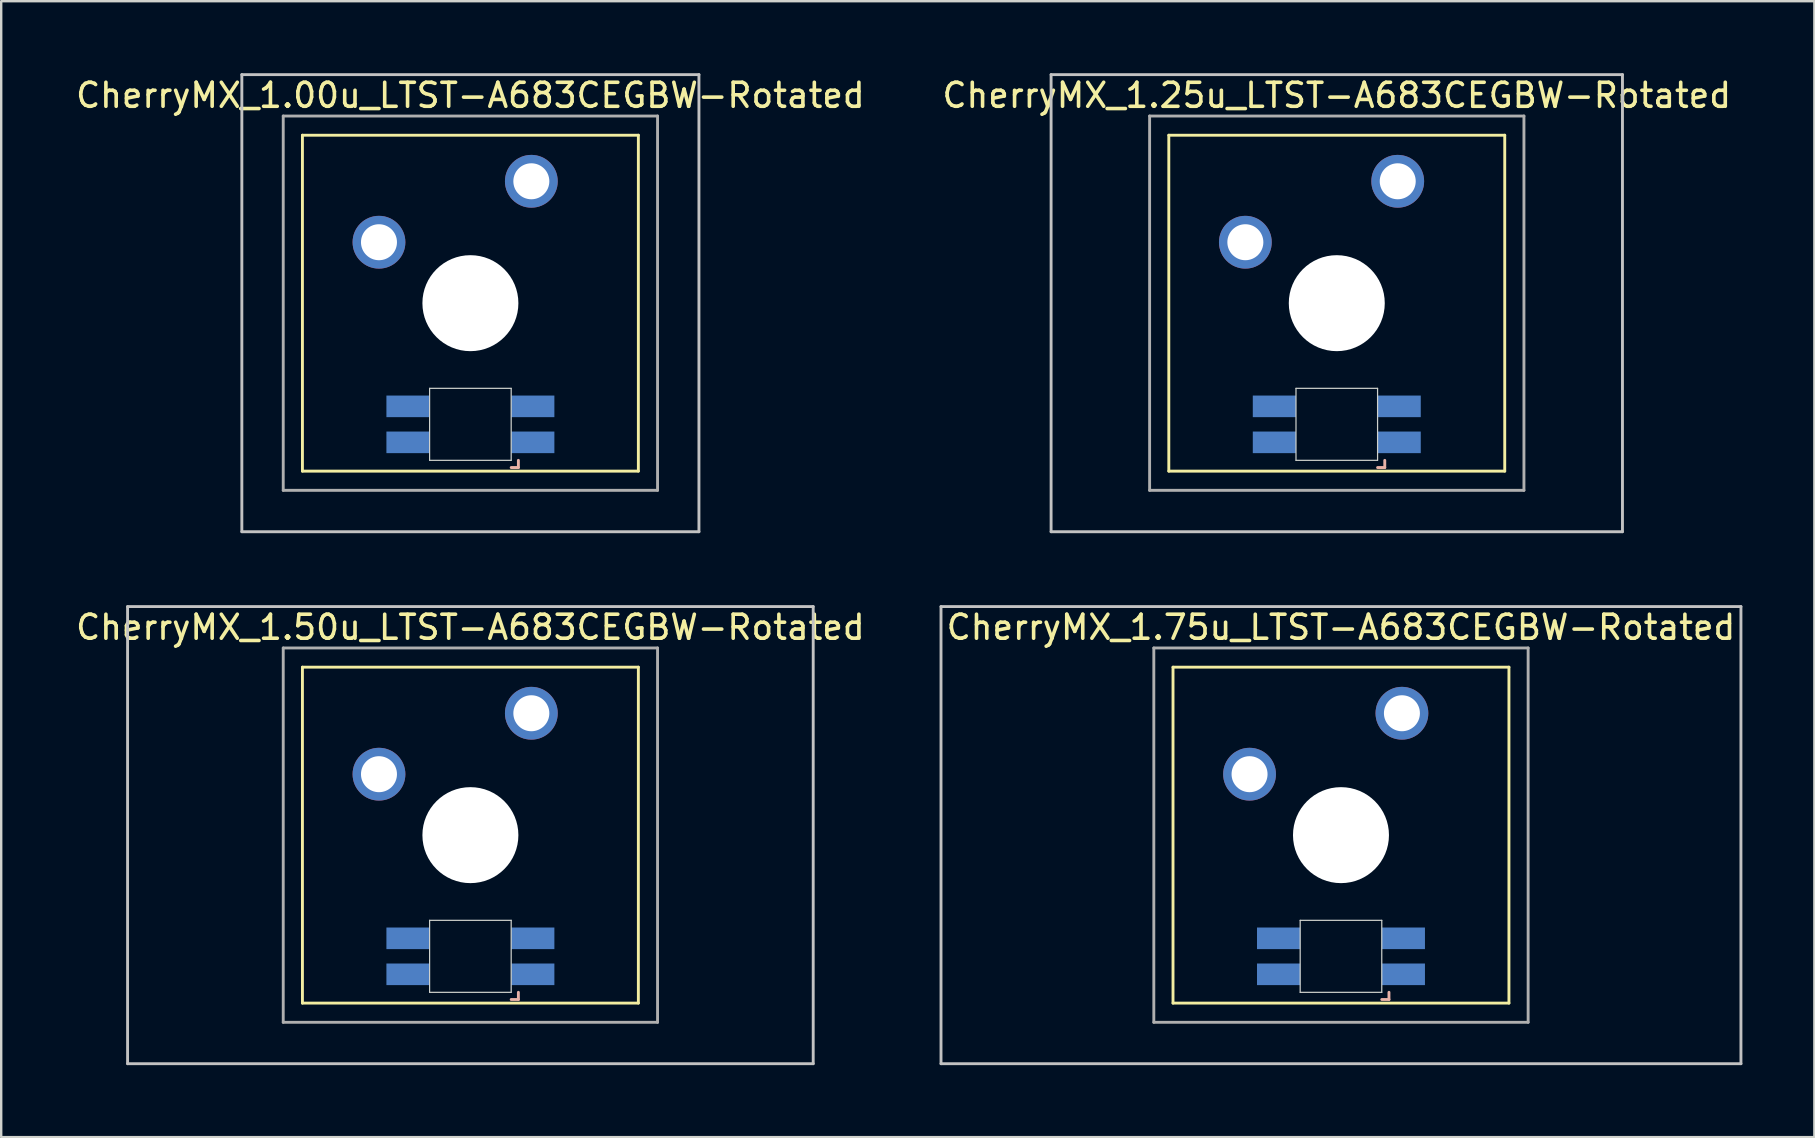
<source format=kicad_pcb>
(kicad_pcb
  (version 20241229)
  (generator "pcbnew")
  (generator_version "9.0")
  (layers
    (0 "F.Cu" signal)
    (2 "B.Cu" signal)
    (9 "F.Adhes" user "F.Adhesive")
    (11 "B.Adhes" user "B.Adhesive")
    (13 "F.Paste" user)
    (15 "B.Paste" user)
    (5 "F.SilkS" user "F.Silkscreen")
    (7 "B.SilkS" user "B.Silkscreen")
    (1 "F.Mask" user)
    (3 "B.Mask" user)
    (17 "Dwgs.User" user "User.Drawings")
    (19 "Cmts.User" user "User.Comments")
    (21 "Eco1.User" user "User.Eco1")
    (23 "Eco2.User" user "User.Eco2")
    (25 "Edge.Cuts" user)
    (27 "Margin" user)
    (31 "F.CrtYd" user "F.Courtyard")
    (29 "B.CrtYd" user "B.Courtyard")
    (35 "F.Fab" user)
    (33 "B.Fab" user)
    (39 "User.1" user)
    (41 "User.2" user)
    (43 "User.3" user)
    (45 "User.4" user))
  (footprint "CherryMX_1.50u_LTST-A683CEGBW-Rotated"
    (layer "F.Cu")
    (at 16.554 31.755)
    (property "Reference" "CherryMX_1.50u_LTST-A683CEGBW-Rotated" (at 0 -8.662 0) (layer "F.SilkS") (effects (font (size 1 1) (thickness 0.15))))
    (attr through_hole)
    (fp_line (start -7 -7) (end -7 7) (stroke (width 0.12) (type solid)) (layer "F.SilkS"))
    (fp_line (start -7 -7) (end 7 -7) (stroke (width 0.12) (type solid)) (layer "F.SilkS"))
    (fp_line (start 7 -7) (end 7 7) (stroke (width 0.12) (type solid)) (layer "F.SilkS"))
    (fp_line (start 7 7) (end -7 7) (stroke (width 0.12) (type solid)) (layer "F.SilkS"))
    (fp_line (start 1.7 6.85) (end 2 6.85) (stroke (width 0.12) (type solid)) (layer "B.SilkS"))
    (fp_line (start 2 6.85) (end 2 6.55) (stroke (width 0.12) (type solid)) (layer "B.SilkS"))
    (fp_line (start -14.287 -9.525) (end 14.287 -9.525) (stroke (width 0.12) (type solid)) (layer "Dwgs.User"))
    (fp_line (start -14.287 9.525) (end -14.287 -9.525) (stroke (width 0.12) (type solid)) (layer "Dwgs.User"))
    (fp_line (start 14.287 -9.525) (end 14.287 9.525) (stroke (width 0.12) (type solid)) (layer "Dwgs.User"))
    (fp_line (start 14.287 9.525) (end -14.287 9.525) (stroke (width 0.12) (type solid)) (layer "Dwgs.User"))
    (fp_line (start -1.7 3.55) (end 1.7 3.55) (stroke (width 0.05) (type solid)) (layer "Edge.Cuts"))
    (fp_line (start -1.7 6.55) (end -1.7 3.55) (stroke (width 0.05) (type solid)) (layer "Edge.Cuts"))
    (fp_line (start 1.7 3.55) (end 1.7 6.55) (stroke (width 0.05) (type solid)) (layer "Edge.Cuts"))
    (fp_line (start 1.7 6.55) (end -1.7 6.55) (stroke (width 0.05) (type solid)) (layer "Edge.Cuts"))
    (fp_line (start -7.8 -7.8) (end -7.8 7.8) (stroke (width 0.12) (type solid)) (layer "F.Fab"))
    (fp_line (start -7.8 -7.8) (end 7.8 -7.8) (stroke (width 0.12) (type solid)) (layer "F.Fab"))
    (fp_line (start -7.8 7.8) (end 7.8 7.8) (stroke (width 0.12) (type solid)) (layer "F.Fab"))
    (fp_line (start 7.8 -7.8) (end 7.8 7.8) (stroke (width 0.12) (type solid)) (layer "F.Fab"))
    (pad "" np_thru_hole circle (at 0 0) (size 4 4) (drill 4) (layers "*.Cu" "*.Mask"))
    (pad "1" thru_hole circle (at -3.81 -2.54) (size 2.2 2.2) (drill 1.5) (layers "*.Cu" "*.Mask"))
    (pad "2" thru_hole circle (at 2.54 -5.08) (size 2.2 2.2) (drill 1.5) (layers "*.Cu" "*.Mask"))
    (pad "3" smd rect (at 2.6 5.8) (size 1.8 0.9) (layers "B.Cu" "B.Mask" "B.Paste"))
    (pad "4" smd rect (at 2.6 4.3) (size 1.8 0.9) (layers "B.Cu" "B.Mask" "B.Paste"))
    (pad "5" smd rect (at -2.6 5.8) (size 1.8 0.9) (layers "B.Cu" "B.Mask" "B.Paste"))
    (pad "6" smd rect (at -2.6 4.3) (size 1.8 0.9) (layers "B.Cu" "B.Mask" "B.Paste")))
  (footprint "CherryMX_1.00u_LTST-A683CEGBW-Rotated"
    (layer "F.Cu")
    (at 16.554 9.585)
    (property "Reference" "CherryMX_1.00u_LTST-A683CEGBW-Rotated" (at 0 -8.662 0) (layer "F.SilkS") (effects (font (size 1 1) (thickness 0.15))))
    (attr through_hole)
    (fp_line (start -7 -7) (end -7 7) (stroke (width 0.12) (type solid)) (layer "F.SilkS"))
    (fp_line (start -7 -7) (end 7 -7) (stroke (width 0.12) (type solid)) (layer "F.SilkS"))
    (fp_line (start 7 -7) (end 7 7) (stroke (width 0.12) (type solid)) (layer "F.SilkS"))
    (fp_line (start 7 7) (end -7 7) (stroke (width 0.12) (type solid)) (layer "F.SilkS"))
    (fp_line (start 1.7 6.85) (end 2 6.85) (stroke (width 0.12) (type solid)) (layer "B.SilkS"))
    (fp_line (start 2 6.85) (end 2 6.55) (stroke (width 0.12) (type solid)) (layer "B.SilkS"))
    (fp_line (start -9.525 -9.525) (end 9.525 -9.525) (stroke (width 0.12) (type solid)) (layer "Dwgs.User"))
    (fp_line (start -9.525 9.525) (end -9.525 -9.525) (stroke (width 0.12) (type solid)) (layer "Dwgs.User"))
    (fp_line (start 9.525 -9.525) (end 9.525 9.525) (stroke (width 0.12) (type solid)) (layer "Dwgs.User"))
    (fp_line (start 9.525 9.525) (end -9.525 9.525) (stroke (width 0.12) (type solid)) (layer "Dwgs.User"))
    (fp_line (start -1.7 3.55) (end 1.7 3.55) (stroke (width 0.05) (type solid)) (layer "Edge.Cuts"))
    (fp_line (start -1.7 6.55) (end -1.7 3.55) (stroke (width 0.05) (type solid)) (layer "Edge.Cuts"))
    (fp_line (start 1.7 3.55) (end 1.7 6.55) (stroke (width 0.05) (type solid)) (layer "Edge.Cuts"))
    (fp_line (start 1.7 6.55) (end -1.7 6.55) (stroke (width 0.05) (type solid)) (layer "Edge.Cuts"))
    (fp_line (start -7.8 -7.8) (end -7.8 7.8) (stroke (width 0.12) (type solid)) (layer "F.Fab"))
    (fp_line (start -7.8 -7.8) (end 7.8 -7.8) (stroke (width 0.12) (type solid)) (layer "F.Fab"))
    (fp_line (start -7.8 7.8) (end 7.8 7.8) (stroke (width 0.12) (type solid)) (layer "F.Fab"))
    (fp_line (start 7.8 -7.8) (end 7.8 7.8) (stroke (width 0.12) (type solid)) (layer "F.Fab"))
    (pad "" np_thru_hole circle (at 0 0) (size 4 4) (drill 4) (layers "*.Cu" "*.Mask"))
    (pad "1" thru_hole circle (at -3.81 -2.54) (size 2.2 2.2) (drill 1.5) (layers "*.Cu" "*.Mask"))
    (pad "2" thru_hole circle (at 2.54 -5.08) (size 2.2 2.2) (drill 1.5) (layers "*.Cu" "*.Mask"))
    (pad "3" smd rect (at 2.6 5.8) (size 1.8 0.9) (layers "B.Cu" "B.Mask" "B.Paste"))
    (pad "4" smd rect (at 2.6 4.3) (size 1.8 0.9) (layers "B.Cu" "B.Mask" "B.Paste"))
    (pad "5" smd rect (at -2.6 5.8) (size 1.8 0.9) (layers "B.Cu" "B.Mask" "B.Paste"))
    (pad "6" smd rect (at -2.6 4.3) (size 1.8 0.9) (layers "B.Cu" "B.Mask" "B.Paste")))
  (footprint "CherryMX_1.75u_LTST-A683CEGBW-Rotated"
    (layer "F.Cu")
    (at 52.836 31.755)
    (property "Reference" "CherryMX_1.75u_LTST-A683CEGBW-Rotated" (at 0 -8.662 0) (layer "F.SilkS") (effects (font (size 1 1) (thickness 0.15))))
    (attr through_hole)
    (fp_line (start -7 -7) (end -7 7) (stroke (width 0.12) (type solid)) (layer "F.SilkS"))
    (fp_line (start -7 -7) (end 7 -7) (stroke (width 0.12) (type solid)) (layer "F.SilkS"))
    (fp_line (start 7 -7) (end 7 7) (stroke (width 0.12) (type solid)) (layer "F.SilkS"))
    (fp_line (start 7 7) (end -7 7) (stroke (width 0.12) (type solid)) (layer "F.SilkS"))
    (fp_line (start 1.7 6.85) (end 2 6.85) (stroke (width 0.12) (type solid)) (layer "B.SilkS"))
    (fp_line (start 2 6.85) (end 2 6.55) (stroke (width 0.12) (type solid)) (layer "B.SilkS"))
    (fp_line (start -16.669 -9.525) (end 16.669 -9.525) (stroke (width 0.12) (type solid)) (layer "Dwgs.User"))
    (fp_line (start -16.669 9.525) (end -16.669 -9.525) (stroke (width 0.12) (type solid)) (layer "Dwgs.User"))
    (fp_line (start 16.669 -9.525) (end 16.669 9.525) (stroke (width 0.12) (type solid)) (layer "Dwgs.User"))
    (fp_line (start 16.669 9.525) (end -16.669 9.525) (stroke (width 0.12) (type solid)) (layer "Dwgs.User"))
    (fp_line (start -1.7 3.55) (end 1.7 3.55) (stroke (width 0.05) (type solid)) (layer "Edge.Cuts"))
    (fp_line (start -1.7 6.55) (end -1.7 3.55) (stroke (width 0.05) (type solid)) (layer "Edge.Cuts"))
    (fp_line (start 1.7 3.55) (end 1.7 6.55) (stroke (width 0.05) (type solid)) (layer "Edge.Cuts"))
    (fp_line (start 1.7 6.55) (end -1.7 6.55) (stroke (width 0.05) (type solid)) (layer "Edge.Cuts"))
    (fp_line (start -7.8 -7.8) (end -7.8 7.8) (stroke (width 0.12) (type solid)) (layer "F.Fab"))
    (fp_line (start -7.8 -7.8) (end 7.8 -7.8) (stroke (width 0.12) (type solid)) (layer "F.Fab"))
    (fp_line (start -7.8 7.8) (end 7.8 7.8) (stroke (width 0.12) (type solid)) (layer "F.Fab"))
    (fp_line (start 7.8 -7.8) (end 7.8 7.8) (stroke (width 0.12) (type solid)) (layer "F.Fab"))
    (pad "" np_thru_hole circle (at 0 0) (size 4 4) (drill 4) (layers "*.Cu" "*.Mask"))
    (pad "1" thru_hole circle (at -3.81 -2.54) (size 2.2 2.2) (drill 1.5) (layers "*.Cu" "*.Mask"))
    (pad "2" thru_hole circle (at 2.54 -5.08) (size 2.2 2.2) (drill 1.5) (layers "*.Cu" "*.Mask"))
    (pad "3" smd rect (at 2.6 5.8) (size 1.8 0.9) (layers "B.Cu" "B.Mask" "B.Paste"))
    (pad "4" smd rect (at 2.6 4.3) (size 1.8 0.9) (layers "B.Cu" "B.Mask" "B.Paste"))
    (pad "5" smd rect (at -2.6 5.8) (size 1.8 0.9) (layers "B.Cu" "B.Mask" "B.Paste"))
    (pad "6" smd rect (at -2.6 4.3) (size 1.8 0.9) (layers "B.Cu" "B.Mask" "B.Paste")))
  (footprint "CherryMX_1.25u_LTST-A683CEGBW-Rotated"
    (layer "F.Cu")
    (at 52.661 9.585)
    (property "Reference" "CherryMX_1.25u_LTST-A683CEGBW-Rotated" (at 0 -8.662 0) (layer "F.SilkS") (effects (font (size 1 1) (thickness 0.15))))
    (attr through_hole)
    (fp_line (start -7 -7) (end -7 7) (stroke (width 0.12) (type solid)) (layer "F.SilkS"))
    (fp_line (start -7 -7) (end 7 -7) (stroke (width 0.12) (type solid)) (layer "F.SilkS"))
    (fp_line (start 7 -7) (end 7 7) (stroke (width 0.12) (type solid)) (layer "F.SilkS"))
    (fp_line (start 7 7) (end -7 7) (stroke (width 0.12) (type solid)) (layer "F.SilkS"))
    (fp_line (start 1.7 6.85) (end 2 6.85) (stroke (width 0.12) (type solid)) (layer "B.SilkS"))
    (fp_line (start 2 6.85) (end 2 6.55) (stroke (width 0.12) (type solid)) (layer "B.SilkS"))
    (fp_line (start -11.906 -9.525) (end 11.906 -9.525) (stroke (width 0.12) (type solid)) (layer "Dwgs.User"))
    (fp_line (start -11.906 9.525) (end -11.906 -9.525) (stroke (width 0.12) (type solid)) (layer "Dwgs.User"))
    (fp_line (start 11.906 -9.525) (end 11.906 9.525) (stroke (width 0.12) (type solid)) (layer "Dwgs.User"))
    (fp_line (start 11.906 9.525) (end -11.906 9.525) (stroke (width 0.12) (type solid)) (layer "Dwgs.User"))
    (fp_line (start -1.7 3.55) (end 1.7 3.55) (stroke (width 0.05) (type solid)) (layer "Edge.Cuts"))
    (fp_line (start -1.7 6.55) (end -1.7 3.55) (stroke (width 0.05) (type solid)) (layer "Edge.Cuts"))
    (fp_line (start 1.7 3.55) (end 1.7 6.55) (stroke (width 0.05) (type solid)) (layer "Edge.Cuts"))
    (fp_line (start 1.7 6.55) (end -1.7 6.55) (stroke (width 0.05) (type solid)) (layer "Edge.Cuts"))
    (fp_line (start -7.8 -7.8) (end -7.8 7.8) (stroke (width 0.12) (type solid)) (layer "F.Fab"))
    (fp_line (start -7.8 -7.8) (end 7.8 -7.8) (stroke (width 0.12) (type solid)) (layer "F.Fab"))
    (fp_line (start -7.8 7.8) (end 7.8 7.8) (stroke (width 0.12) (type solid)) (layer "F.Fab"))
    (fp_line (start 7.8 -7.8) (end 7.8 7.8) (stroke (width 0.12) (type solid)) (layer "F.Fab"))
    (pad "" np_thru_hole circle (at 0 0) (size 4 4) (drill 4) (layers "*.Cu" "*.Mask"))
    (pad "1" thru_hole circle (at -3.81 -2.54) (size 2.2 2.2) (drill 1.5) (layers "*.Cu" "*.Mask"))
    (pad "2" thru_hole circle (at 2.54 -5.08) (size 2.2 2.2) (drill 1.5) (layers "*.Cu" "*.Mask"))
    (pad "3" smd rect (at 2.6 5.8) (size 1.8 0.9) (layers "B.Cu" "B.Mask" "B.Paste"))
    (pad "4" smd rect (at 2.6 4.3) (size 1.8 0.9) (layers "B.Cu" "B.Mask" "B.Paste"))
    (pad "5" smd rect (at -2.6 5.8) (size 1.8 0.9) (layers "B.Cu" "B.Mask" "B.Paste"))
    (pad "6" smd rect (at -2.6 4.3) (size 1.8 0.9) (layers "B.Cu" "B.Mask" "B.Paste")))
  (gr_rect
    (start -3 -3)
    (end 72.565 44.34)
    (stroke (width 0.1) (type default))
    (fill no)
    (layer "Edge.Cuts")))
</source>
